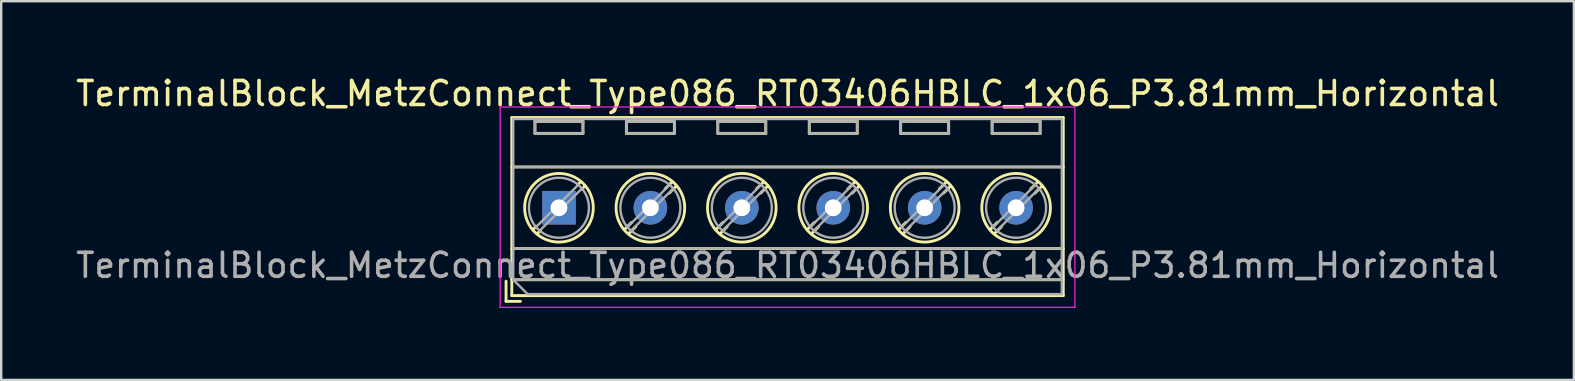
<source format=kicad_pcb>
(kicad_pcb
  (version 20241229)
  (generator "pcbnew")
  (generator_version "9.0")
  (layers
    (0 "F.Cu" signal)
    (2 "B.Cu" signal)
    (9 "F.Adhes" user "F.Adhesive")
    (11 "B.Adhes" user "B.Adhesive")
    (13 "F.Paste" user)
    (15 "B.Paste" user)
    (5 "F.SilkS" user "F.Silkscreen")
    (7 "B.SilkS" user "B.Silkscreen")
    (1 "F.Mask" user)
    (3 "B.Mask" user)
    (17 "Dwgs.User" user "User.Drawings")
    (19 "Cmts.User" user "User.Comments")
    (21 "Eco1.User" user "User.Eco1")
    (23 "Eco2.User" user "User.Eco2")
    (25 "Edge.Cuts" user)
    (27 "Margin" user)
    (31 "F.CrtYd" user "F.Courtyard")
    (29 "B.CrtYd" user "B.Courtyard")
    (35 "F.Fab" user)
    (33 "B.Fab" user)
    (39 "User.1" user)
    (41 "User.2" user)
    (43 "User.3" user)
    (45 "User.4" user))
  (footprint "TerminalBlock_MetzConnect_Type086_RT03406HBLC_1x06_P3.81mm_Horizontal"
    (layer "F.Cu")
    (at 20.243 5.608)
    (property "Reference" "TerminalBlock_MetzConnect_Type086_RT03406HBLC_1x06_P3.81mm_Horizontal" (at 9.525 -4.76 0) (layer "F.SilkS") (effects (font (size 1 1) (thickness 0.15))))
    (attr through_hole)
    (fp_line (start -2.205 3.06) (end -2.205 3.9) (stroke (width 0.12) (type solid)) (layer "F.SilkS"))
    (fp_line (start -2.205 3.9) (end -1.605 3.9) (stroke (width 0.12) (type solid)) (layer "F.SilkS"))
    (fp_line (start -1.965 -3.76) (end -1.965 3.66) (stroke (width 0.12) (type solid)) (layer "F.SilkS"))
    (fp_line (start -1.965 -3.76) (end 21.015 -3.76) (stroke (width 0.12) (type solid)) (layer "F.SilkS"))
    (fp_line (start -1.965 -1.7) (end 21.015 -1.7) (stroke (width 0.12) (type solid)) (layer "F.SilkS"))
    (fp_line (start -1.965 1.701) (end 21.015 1.701) (stroke (width 0.12) (type solid)) (layer "F.SilkS"))
    (fp_line (start -1.965 3) (end 21.015 3) (stroke (width 0.12) (type solid)) (layer "F.SilkS"))
    (fp_line (start -1.965 3.66) (end 21.015 3.66) (stroke (width 0.12) (type solid)) (layer "F.SilkS"))
    (fp_line (start -1 -3.6) (end -1 -3.1) (stroke (width 0.12) (type solid)) (layer "F.SilkS"))
    (fp_line (start -1 -3.6) (end 1 -3.6) (stroke (width 0.12) (type solid)) (layer "F.SilkS"))
    (fp_line (start -1 -3.1) (end 1 -3.1) (stroke (width 0.12) (type solid)) (layer "F.SilkS"))
    (fp_line (start -0.946 0.771) (end -1.085 0.91) (stroke (width 0.12) (type solid)) (layer "F.SilkS"))
    (fp_line (start -0.771 0.945) (end -0.911 1.085) (stroke (width 0.12) (type solid)) (layer "F.SilkS"))
    (fp_line (start 0.911 -1.085) (end 0.771 -0.945) (stroke (width 0.12) (type solid)) (layer "F.SilkS"))
    (fp_line (start 1 -3.6) (end 1 -3.1) (stroke (width 0.12) (type solid)) (layer "F.SilkS"))
    (fp_line (start 1.085 -0.91) (end 0.945 -0.771) (stroke (width 0.12) (type solid)) (layer "F.SilkS"))
    (fp_line (start 2.81 -3.6) (end 2.81 -3.1) (stroke (width 0.12) (type solid)) (layer "F.SilkS"))
    (fp_line (start 2.81 -3.6) (end 4.81 -3.6) (stroke (width 0.12) (type solid)) (layer "F.SilkS"))
    (fp_line (start 2.81 -3.1) (end 4.81 -3.1) (stroke (width 0.12) (type solid)) (layer "F.SilkS"))
    (fp_line (start 3.025 0.611) (end 2.726 0.91) (stroke (width 0.12) (type solid)) (layer "F.SilkS"))
    (fp_line (start 3.2 0.786) (end 2.9 1.085) (stroke (width 0.12) (type solid)) (layer "F.SilkS"))
    (fp_line (start 4.721 -1.085) (end 4.421 -0.786) (stroke (width 0.12) (type solid)) (layer "F.SilkS"))
    (fp_line (start 4.81 -3.6) (end 4.81 -3.1) (stroke (width 0.12) (type solid)) (layer "F.SilkS"))
    (fp_line (start 4.895 -0.91) (end 4.596 -0.611) (stroke (width 0.12) (type solid)) (layer "F.SilkS"))
    (fp_line (start 6.62 -3.6) (end 6.62 -3.1) (stroke (width 0.12) (type solid)) (layer "F.SilkS"))
    (fp_line (start 6.62 -3.6) (end 8.62 -3.6) (stroke (width 0.12) (type solid)) (layer "F.SilkS"))
    (fp_line (start 6.62 -3.1) (end 8.62 -3.1) (stroke (width 0.12) (type solid)) (layer "F.SilkS"))
    (fp_line (start 6.835 0.611) (end 6.536 0.91) (stroke (width 0.12) (type solid)) (layer "F.SilkS"))
    (fp_line (start 7.01 0.786) (end 6.71 1.085) (stroke (width 0.12) (type solid)) (layer "F.SilkS"))
    (fp_line (start 8.531 -1.085) (end 8.231 -0.786) (stroke (width 0.12) (type solid)) (layer "F.SilkS"))
    (fp_line (start 8.62 -3.6) (end 8.62 -3.1) (stroke (width 0.12) (type solid)) (layer "F.SilkS"))
    (fp_line (start 8.705 -0.91) (end 8.406 -0.611) (stroke (width 0.12) (type solid)) (layer "F.SilkS"))
    (fp_line (start 10.43 -3.6) (end 10.43 -3.1) (stroke (width 0.12) (type solid)) (layer "F.SilkS"))
    (fp_line (start 10.43 -3.6) (end 12.43 -3.6) (stroke (width 0.12) (type solid)) (layer "F.SilkS"))
    (fp_line (start 10.43 -3.1) (end 12.43 -3.1) (stroke (width 0.12) (type solid)) (layer "F.SilkS"))
    (fp_line (start 10.645 0.611) (end 10.346 0.91) (stroke (width 0.12) (type solid)) (layer "F.SilkS"))
    (fp_line (start 10.82 0.786) (end 10.52 1.085) (stroke (width 0.12) (type solid)) (layer "F.SilkS"))
    (fp_line (start 12.341 -1.085) (end 12.041 -0.786) (stroke (width 0.12) (type solid)) (layer "F.SilkS"))
    (fp_line (start 12.43 -3.6) (end 12.43 -3.1) (stroke (width 0.12) (type solid)) (layer "F.SilkS"))
    (fp_line (start 12.515 -0.91) (end 12.216 -0.611) (stroke (width 0.12) (type solid)) (layer "F.SilkS"))
    (fp_line (start 14.24 -3.6) (end 14.24 -3.1) (stroke (width 0.12) (type solid)) (layer "F.SilkS"))
    (fp_line (start 14.24 -3.6) (end 16.241 -3.6) (stroke (width 0.12) (type solid)) (layer "F.SilkS"))
    (fp_line (start 14.24 -3.1) (end 16.241 -3.1) (stroke (width 0.12) (type solid)) (layer "F.SilkS"))
    (fp_line (start 14.455 0.611) (end 14.156 0.91) (stroke (width 0.12) (type solid)) (layer "F.SilkS"))
    (fp_line (start 14.63 0.786) (end 14.33 1.085) (stroke (width 0.12) (type solid)) (layer "F.SilkS"))
    (fp_line (start 16.151 -1.085) (end 15.851 -0.786) (stroke (width 0.12) (type solid)) (layer "F.SilkS"))
    (fp_line (start 16.241 -3.6) (end 16.241 -3.1) (stroke (width 0.12) (type solid)) (layer "F.SilkS"))
    (fp_line (start 16.325 -0.91) (end 16.026 -0.611) (stroke (width 0.12) (type solid)) (layer "F.SilkS"))
    (fp_line (start 18.05 -3.6) (end 18.05 -3.1) (stroke (width 0.12) (type solid)) (layer "F.SilkS"))
    (fp_line (start 18.05 -3.6) (end 20.05 -3.6) (stroke (width 0.12) (type solid)) (layer "F.SilkS"))
    (fp_line (start 18.05 -3.1) (end 20.05 -3.1) (stroke (width 0.12) (type solid)) (layer "F.SilkS"))
    (fp_line (start 18.265 0.611) (end 17.966 0.91) (stroke (width 0.12) (type solid)) (layer "F.SilkS"))
    (fp_line (start 18.44 0.786) (end 18.14 1.085) (stroke (width 0.12) (type solid)) (layer "F.SilkS"))
    (fp_line (start 19.961 -1.085) (end 19.661 -0.786) (stroke (width 0.12) (type solid)) (layer "F.SilkS"))
    (fp_line (start 20.05 -3.6) (end 20.05 -3.1) (stroke (width 0.12) (type solid)) (layer "F.SilkS"))
    (fp_line (start 20.135 -0.91) (end 19.836 -0.611) (stroke (width 0.12) (type solid)) (layer "F.SilkS"))
    (fp_line (start 21.015 -3.76) (end 21.015 3.66) (stroke (width 0.12) (type solid)) (layer "F.SilkS"))
    (fp_circle (center 0 0) (end 1.43 0) (stroke (width 0.12) (type solid)) (fill no) (layer "F.SilkS"))
    (fp_circle (center 3.81 0) (end 5.24 0) (stroke (width 0.12) (type solid)) (fill no) (layer "F.SilkS"))
    (fp_circle (center 7.62 0) (end 9.05 0) (stroke (width 0.12) (type solid)) (fill no) (layer "F.SilkS"))
    (fp_circle (center 11.43 0) (end 12.86 0) (stroke (width 0.12) (type solid)) (fill no) (layer "F.SilkS"))
    (fp_circle (center 15.24 0) (end 16.67 0) (stroke (width 0.12) (type solid)) (fill no) (layer "F.SilkS"))
    (fp_circle (center 19.05 0) (end 20.48 0) (stroke (width 0.12) (type solid)) (fill no) (layer "F.SilkS"))
    (fp_line (start -2.45 -4.2) (end -2.45 4.15) (stroke (width 0.05) (type solid)) (layer "F.CrtYd"))
    (fp_line (start -2.45 4.15) (end 21.5 4.15) (stroke (width 0.05) (type solid)) (layer "F.CrtYd"))
    (fp_line (start 21.5 -4.2) (end -2.45 -4.2) (stroke (width 0.05) (type solid)) (layer "F.CrtYd"))
    (fp_line (start 21.5 4.15) (end 21.5 -4.2) (stroke (width 0.05) (type solid)) (layer "F.CrtYd"))
    (fp_line (start -1.905 -3.7) (end 20.955 -3.7) (stroke (width 0.1) (type solid)) (layer "F.Fab"))
    (fp_line (start -1.905 -1.7) (end 20.955 -1.7) (stroke (width 0.1) (type solid)) (layer "F.Fab"))
    (fp_line (start -1.905 1.7) (end 20.955 1.7) (stroke (width 0.1) (type solid)) (layer "F.Fab"))
    (fp_line (start -1.905 3) (end -1.905 -3.7) (stroke (width 0.1) (type solid)) (layer "F.Fab"))
    (fp_line (start -1.905 3) (end 20.955 3) (stroke (width 0.1) (type solid)) (layer "F.Fab"))
    (fp_line (start -1.305 3.6) (end -1.905 3) (stroke (width 0.1) (type solid)) (layer "F.Fab"))
    (fp_line (start -1 -3.6) (end -1 -3.1) (stroke (width 0.1) (type solid)) (layer "F.Fab"))
    (fp_line (start -1 -3.1) (end 1 -3.1) (stroke (width 0.1) (type solid)) (layer "F.Fab"))
    (fp_line (start 0.796 -0.948) (end -0.949 0.796) (stroke (width 0.1) (type solid)) (layer "F.Fab"))
    (fp_line (start 0.949 -0.796) (end -0.796 0.948) (stroke (width 0.1) (type solid)) (layer "F.Fab"))
    (fp_line (start 1 -3.6) (end -1 -3.6) (stroke (width 0.1) (type solid)) (layer "F.Fab"))
    (fp_line (start 1 -3.1) (end 1 -3.6) (stroke (width 0.1) (type solid)) (layer "F.Fab"))
    (fp_line (start 2.81 -3.6) (end 2.81 -3.1) (stroke (width 0.1) (type solid)) (layer "F.Fab"))
    (fp_line (start 2.81 -3.1) (end 4.81 -3.1) (stroke (width 0.1) (type solid)) (layer "F.Fab"))
    (fp_line (start 4.606 -0.948) (end 2.862 0.796) (stroke (width 0.1) (type solid)) (layer "F.Fab"))
    (fp_line (start 4.759 -0.796) (end 3.015 0.948) (stroke (width 0.1) (type solid)) (layer "F.Fab"))
    (fp_line (start 4.81 -3.6) (end 2.81 -3.6) (stroke (width 0.1) (type solid)) (layer "F.Fab"))
    (fp_line (start 4.81 -3.1) (end 4.81 -3.6) (stroke (width 0.1) (type solid)) (layer "F.Fab"))
    (fp_line (start 6.62 -3.6) (end 6.62 -3.1) (stroke (width 0.1) (type solid)) (layer "F.Fab"))
    (fp_line (start 6.62 -3.1) (end 8.62 -3.1) (stroke (width 0.1) (type solid)) (layer "F.Fab"))
    (fp_line (start 8.416 -0.948) (end 6.672 0.796) (stroke (width 0.1) (type solid)) (layer "F.Fab"))
    (fp_line (start 8.569 -0.796) (end 6.825 0.948) (stroke (width 0.1) (type solid)) (layer "F.Fab"))
    (fp_line (start 8.62 -3.6) (end 6.62 -3.6) (stroke (width 0.1) (type solid)) (layer "F.Fab"))
    (fp_line (start 8.62 -3.1) (end 8.62 -3.6) (stroke (width 0.1) (type solid)) (layer "F.Fab"))
    (fp_line (start 10.43 -3.6) (end 10.43 -3.1) (stroke (width 0.1) (type solid)) (layer "F.Fab"))
    (fp_line (start 10.43 -3.1) (end 12.43 -3.1) (stroke (width 0.1) (type solid)) (layer "F.Fab"))
    (fp_line (start 12.226 -0.948) (end 10.482 0.796) (stroke (width 0.1) (type solid)) (layer "F.Fab"))
    (fp_line (start 12.379 -0.796) (end 10.635 0.948) (stroke (width 0.1) (type solid)) (layer "F.Fab"))
    (fp_line (start 12.43 -3.6) (end 10.43 -3.6) (stroke (width 0.1) (type solid)) (layer "F.Fab"))
    (fp_line (start 12.43 -3.1) (end 12.43 -3.6) (stroke (width 0.1) (type solid)) (layer "F.Fab"))
    (fp_line (start 14.24 -3.6) (end 14.24 -3.1) (stroke (width 0.1) (type solid)) (layer "F.Fab"))
    (fp_line (start 14.24 -3.1) (end 16.24 -3.1) (stroke (width 0.1) (type solid)) (layer "F.Fab"))
    (fp_line (start 16.036 -0.948) (end 14.292 0.796) (stroke (width 0.1) (type solid)) (layer "F.Fab"))
    (fp_line (start 16.189 -0.796) (end 14.445 0.948) (stroke (width 0.1) (type solid)) (layer "F.Fab"))
    (fp_line (start 16.24 -3.6) (end 14.24 -3.6) (stroke (width 0.1) (type solid)) (layer "F.Fab"))
    (fp_line (start 16.24 -3.1) (end 16.24 -3.6) (stroke (width 0.1) (type solid)) (layer "F.Fab"))
    (fp_line (start 18.05 -3.6) (end 18.05 -3.1) (stroke (width 0.1) (type solid)) (layer "F.Fab"))
    (fp_line (start 18.05 -3.1) (end 20.05 -3.1) (stroke (width 0.1) (type solid)) (layer "F.Fab"))
    (fp_line (start 19.846 -0.948) (end 18.102 0.796) (stroke (width 0.1) (type solid)) (layer "F.Fab"))
    (fp_line (start 19.999 -0.796) (end 18.255 0.948) (stroke (width 0.1) (type solid)) (layer "F.Fab"))
    (fp_line (start 20.05 -3.6) (end 18.05 -3.6) (stroke (width 0.1) (type solid)) (layer "F.Fab"))
    (fp_line (start 20.05 -3.1) (end 20.05 -3.6) (stroke (width 0.1) (type solid)) (layer "F.Fab"))
    (fp_line (start 20.955 -3.7) (end 20.955 3.6) (stroke (width 0.1) (type solid)) (layer "F.Fab"))
    (fp_line (start 20.955 3.6) (end -1.305 3.6) (stroke (width 0.1) (type solid)) (layer "F.Fab"))
    (fp_circle (center 0 0) (end 1.25 0) (stroke (width 0.1) (type solid)) (fill no) (layer "F.Fab"))
    (fp_circle (center 3.81 0) (end 5.06 0) (stroke (width 0.1) (type solid)) (fill no) (layer "F.Fab"))
    (fp_circle (center 7.62 0) (end 8.87 0) (stroke (width 0.1) (type solid)) (fill no) (layer "F.Fab"))
    (fp_circle (center 11.43 0) (end 12.68 0) (stroke (width 0.1) (type solid)) (fill no) (layer "F.Fab"))
    (fp_circle (center 15.24 0) (end 16.49 0) (stroke (width 0.1) (type solid)) (fill no) (layer "F.Fab"))
    (fp_circle (center 19.05 0) (end 20.3 0) (stroke (width 0.1) (type solid)) (fill no) (layer "F.Fab"))
    (fp_text user "${REFERENCE}" (at 9.525 2.4 0) (layer "F.Fab") (effects (font (size 1 1) (thickness 0.15))))
    (pad "1" thru_hole rect (at 0 0) (size 1.4 1.4) (drill 0.7) (layers "*.Cu" "*.Mask"))
    (pad "2" thru_hole circle (at 3.81 0) (size 1.4 1.4) (drill 0.7) (layers "*.Cu" "*.Mask"))
    (pad "3" thru_hole circle (at 7.62 0) (size 1.4 1.4) (drill 0.7) (layers "*.Cu" "*.Mask"))
    (pad "4" thru_hole circle (at 11.43 0) (size 1.4 1.4) (drill 0.7) (layers "*.Cu" "*.Mask"))
    (pad "5" thru_hole circle (at 15.24 0) (size 1.4 1.4) (drill 0.7) (layers "*.Cu" "*.Mask"))
    (pad "6" thru_hole circle (at 19.05 0) (size 1.4 1.4) (drill 0.7) (layers "*.Cu" "*.Mask")))
  (gr_rect
    (start -3 -3)
    (end 62.536 12.783)
    (stroke (width 0.1) (type default))
    (fill no)
    (layer "Edge.Cuts")))
</source>
